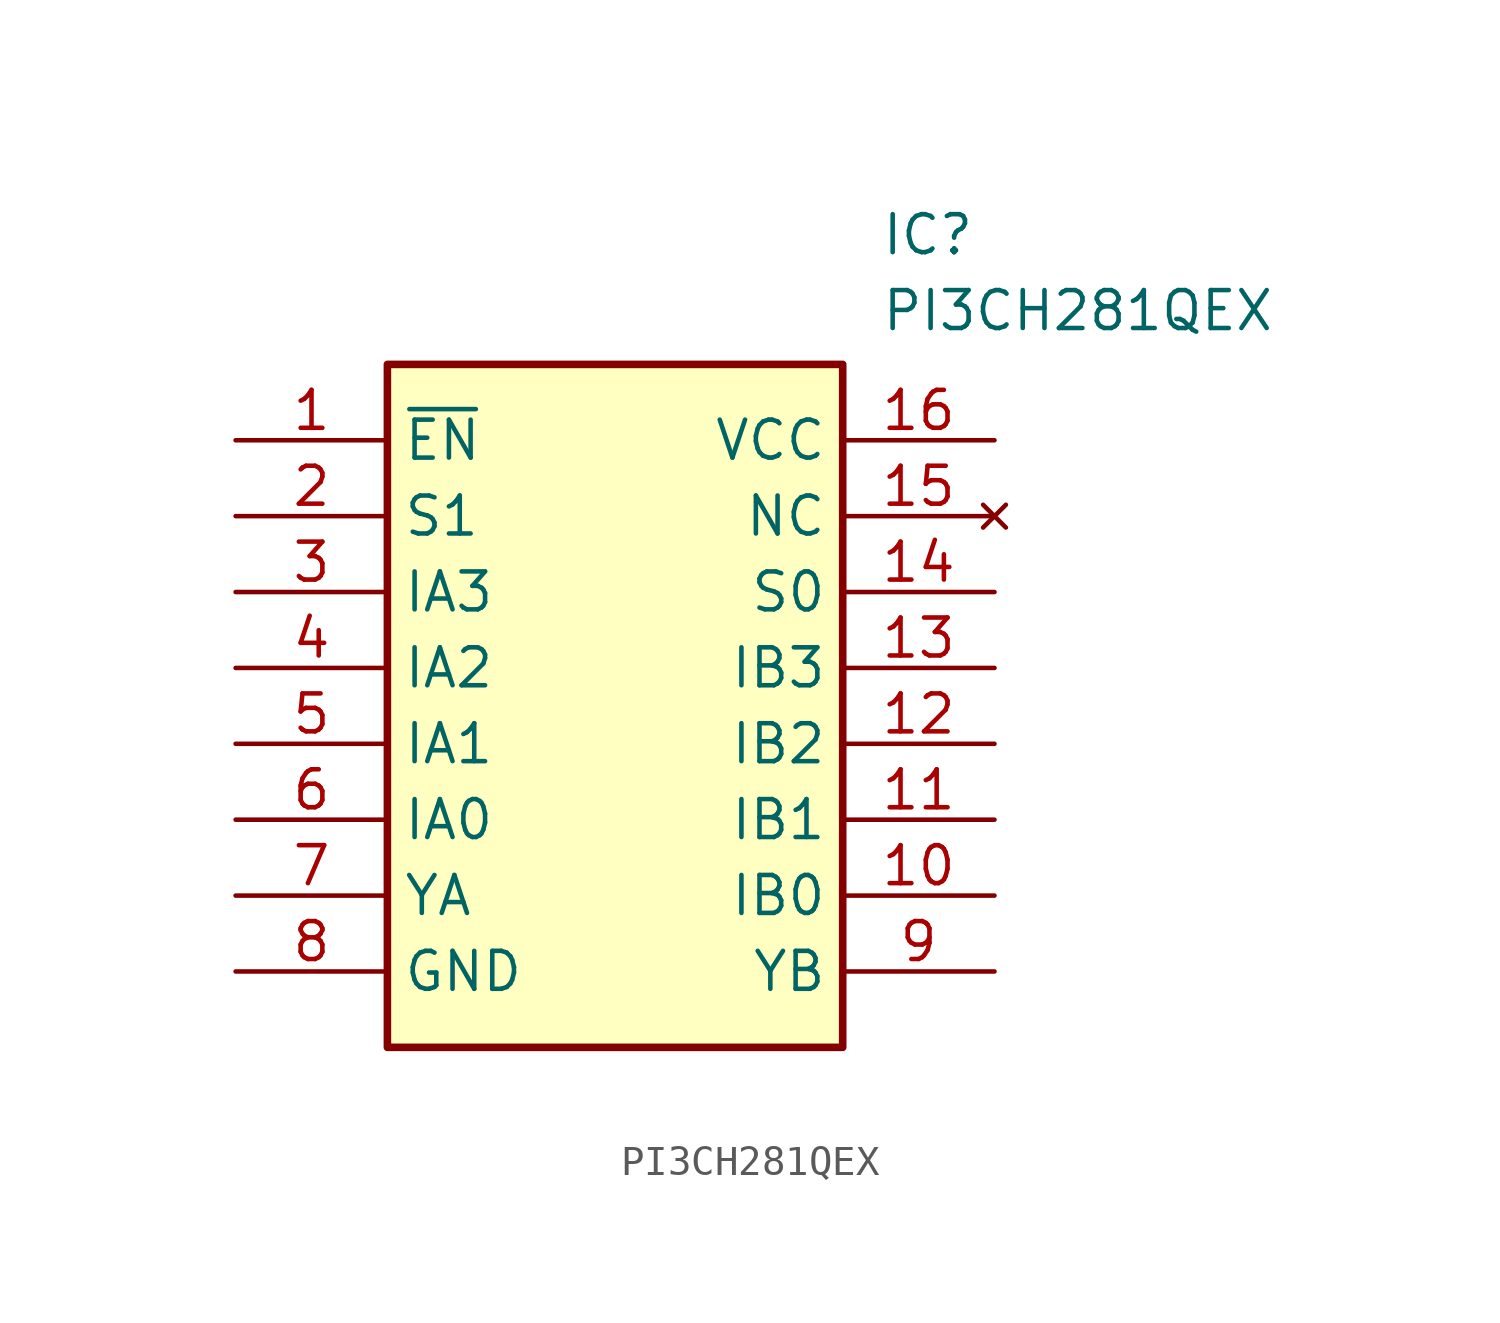
<source format=kicad_sym>
(kicad_symbol_lib
  (version 20211014)
  (generator SamacSys_ECAD_Model)
  (symbol "PI3CH281QEX"
    (property "Reference" "IC"
      (at 21.59 7.62 0)
      (effects (font (size 1.27 1.27)) (justify left top)))
    (property "Value" "PI3CH281QEX"
      (at 21.59 5.08 0)
      (effects (font (size 1.27 1.27)) (justify left top)))
    (rectangle
      (start 5.08 2.54)
      (end 20.32 -20.32)
      (stroke (width 0.254) (type default))
      (fill (type background)))
    (pin passive line
      (at 0 0 0)
      (length 5.08)
      (name "~{EN}" (effects (font (size 1.27 1.27))))
      (number "1" (effects (font (size 1.27 1.27)))))
    (pin passive line
      (at 0 -2.54 0)
      (length 5.08)
      (name "S1" (effects (font (size 1.27 1.27))))
      (number "2" (effects (font (size 1.27 1.27)))))
    (pin passive line
      (at 0 -5.08 0)
      (length 5.08)
      (name "IA3" (effects (font (size 1.27 1.27))))
      (number "3" (effects (font (size 1.27 1.27)))))
    (pin passive line
      (at 0 -7.62 0)
      (length 5.08)
      (name "IA2" (effects (font (size 1.27 1.27))))
      (number "4" (effects (font (size 1.27 1.27)))))
    (pin passive line
      (at 0 -10.16 0)
      (length 5.08)
      (name "IA1" (effects (font (size 1.27 1.27))))
      (number "5" (effects (font (size 1.27 1.27)))))
    (pin passive line
      (at 0 -12.7 0)
      (length 5.08)
      (name "IA0" (effects (font (size 1.27 1.27))))
      (number "6" (effects (font (size 1.27 1.27)))))
    (pin passive line
      (at 0 -15.24 0)
      (length 5.08)
      (name "YA" (effects (font (size 1.27 1.27))))
      (number "7" (effects (font (size 1.27 1.27)))))
    (pin passive line
      (at 0 -17.78 0)
      (length 5.08)
      (name "GND" (effects (font (size 1.27 1.27))))
      (number "8" (effects (font (size 1.27 1.27)))))
    (pin passive line
      (at 25.4 0 180)
      (length 5.08)
      (name "VCC" (effects (font (size 1.27 1.27))))
      (number "16" (effects (font (size 1.27 1.27)))))
    (pin no_connect line
      (at 25.4 -2.54 180)
      (length 5.08)
      (name "NC" (effects (font (size 1.27 1.27))))
      (number "15" (effects (font (size 1.27 1.27)))))
    (pin passive line
      (at 25.4 -5.08 180)
      (length 5.08)
      (name "S0" (effects (font (size 1.27 1.27))))
      (number "14" (effects (font (size 1.27 1.27)))))
    (pin passive line
      (at 25.4 -7.62 180)
      (length 5.08)
      (name "IB3" (effects (font (size 1.27 1.27))))
      (number "13" (effects (font (size 1.27 1.27)))))
    (pin passive line
      (at 25.4 -10.16 180)
      (length 5.08)
      (name "IB2" (effects (font (size 1.27 1.27))))
      (number "12" (effects (font (size 1.27 1.27)))))
    (pin passive line
      (at 25.4 -12.7 180)
      (length 5.08)
      (name "IB1" (effects (font (size 1.27 1.27))))
      (number "11" (effects (font (size 1.27 1.27)))))
    (pin passive line
      (at 25.4 -15.24 180)
      (length 5.08)
      (name "IB0" (effects (font (size 1.27 1.27))))
      (number "10" (effects (font (size 1.27 1.27)))))
    (pin passive line
      (at 25.4 -17.78 180)
      (length 5.08)
      (name "YB" (effects (font (size 1.27 1.27))))
      (number "9" (effects (font (size 1.27 1.27)))))))
</source>
